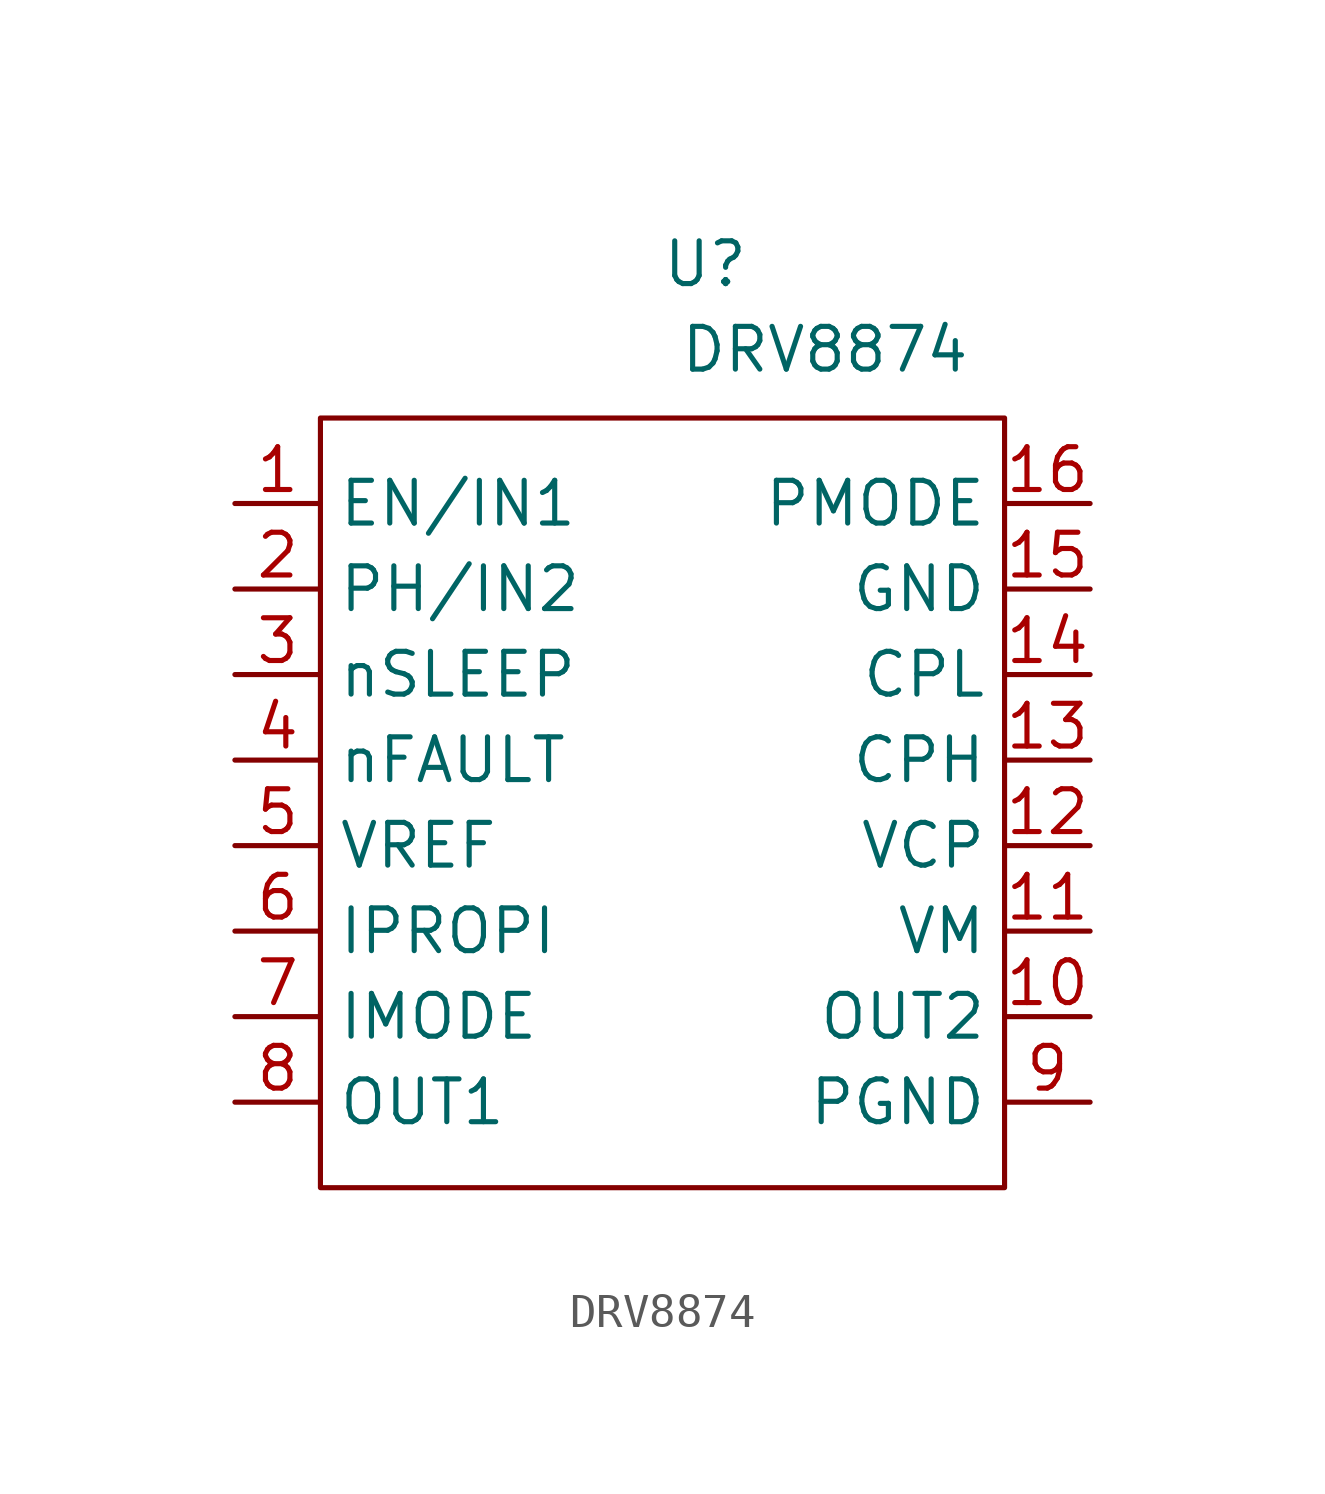
<source format=kicad_sym>
(kicad_symbol_lib
  (version 20231120)
  (generator "kicad_symbol_editor")
  (generator_version "8.0")
  (symbol "DRV8874"
    (property "Reference" "U"
      (at 1.27 23.622 0)
      (effects (font (size 1.27 1.27))))
    (property "Value" "DRV8874"
      (at 4.826 21.082 0)
      (effects (font (size 1.27 1.27))))
    (symbol "DRV8874_0_1"
      (rectangle (start -10.16 19.05) (end 10.16 -3.81) (stroke (width 0) (type default)) (fill (type none))))
    (symbol "DRV8874_1_1"
      (pin input line (at -12.7 16.51 0) (length 2.54) (name "EN/IN1" (effects (font (size 1.27 1.27)))) (number "1" (effects (font (size 1.27 1.27)))))
      (pin output line (at 12.7 1.27 180) (length 2.54) (name "OUT2" (effects (font (size 1.27 1.27)))) (number "10" (effects (font (size 1.27 1.27)))))
      (pin power_in line (at 12.7 3.81 180) (length 2.54) (name "VM" (effects (font (size 1.27 1.27)))) (number "11" (effects (font (size 1.27 1.27)))))
      (pin passive line (at 12.7 6.35 180) (length 2.54) (name "VCP" (effects (font (size 1.27 1.27)))) (number "12" (effects (font (size 1.27 1.27)))))
      (pin passive line (at 12.7 8.89 180) (length 2.54) (name "CPH" (effects (font (size 1.27 1.27)))) (number "13" (effects (font (size 1.27 1.27)))))
      (pin passive line (at 12.7 11.43 180) (length 2.54) (name "CPL" (effects (font (size 1.27 1.27)))) (number "14" (effects (font (size 1.27 1.27)))))
      (pin power_in line (at 12.7 13.97 180) (length 2.54) (name "GND" (effects (font (size 1.27 1.27)))) (number "15" (effects (font (size 1.27 1.27)))))
      (pin input line (at 12.7 16.51 180) (length 2.54) (name "PMODE" (effects (font (size 1.27 1.27)))) (number "16" (effects (font (size 1.27 1.27)))))
      (pin input line (at -12.7 13.97 0) (length 2.54) (name "PH/IN2" (effects (font (size 1.27 1.27)))) (number "2" (effects (font (size 1.27 1.27)))))
      (pin input line (at -12.7 11.43 0) (length 2.54) (name "nSLEEP" (effects (font (size 1.27 1.27)))) (number "3" (effects (font (size 1.27 1.27)))))
      (pin open_collector line (at -12.7 8.89 0) (length 2.54) (name "nFAULT" (effects (font (size 1.27 1.27)))) (number "4" (effects (font (size 1.27 1.27)))))
      (pin input line (at -12.7 6.35 0) (length 2.54) (name "VREF" (effects (font (size 1.27 1.27)))) (number "5" (effects (font (size 1.27 1.27)))))
      (pin output line (at -12.7 3.81 0) (length 2.54) (name "IPROPI" (effects (font (size 1.27 1.27)))) (number "6" (effects (font (size 1.27 1.27)))))
      (pin input line (at -12.7 1.27 0) (length 2.54) (name "IMODE" (effects (font (size 1.27 1.27)))) (number "7" (effects (font (size 1.27 1.27)))))
      (pin output line (at -12.7 -1.27 0) (length 2.54) (name "OUT1" (effects (font (size 1.27 1.27)))) (number "8" (effects (font (size 1.27 1.27)))))
      (pin power_in line (at 12.7 -1.27 180) (length 2.54) (name "PGND" (effects (font (size 1.27 1.27)))) (number "9" (effects (font (size 1.27 1.27))))))))
</source>
